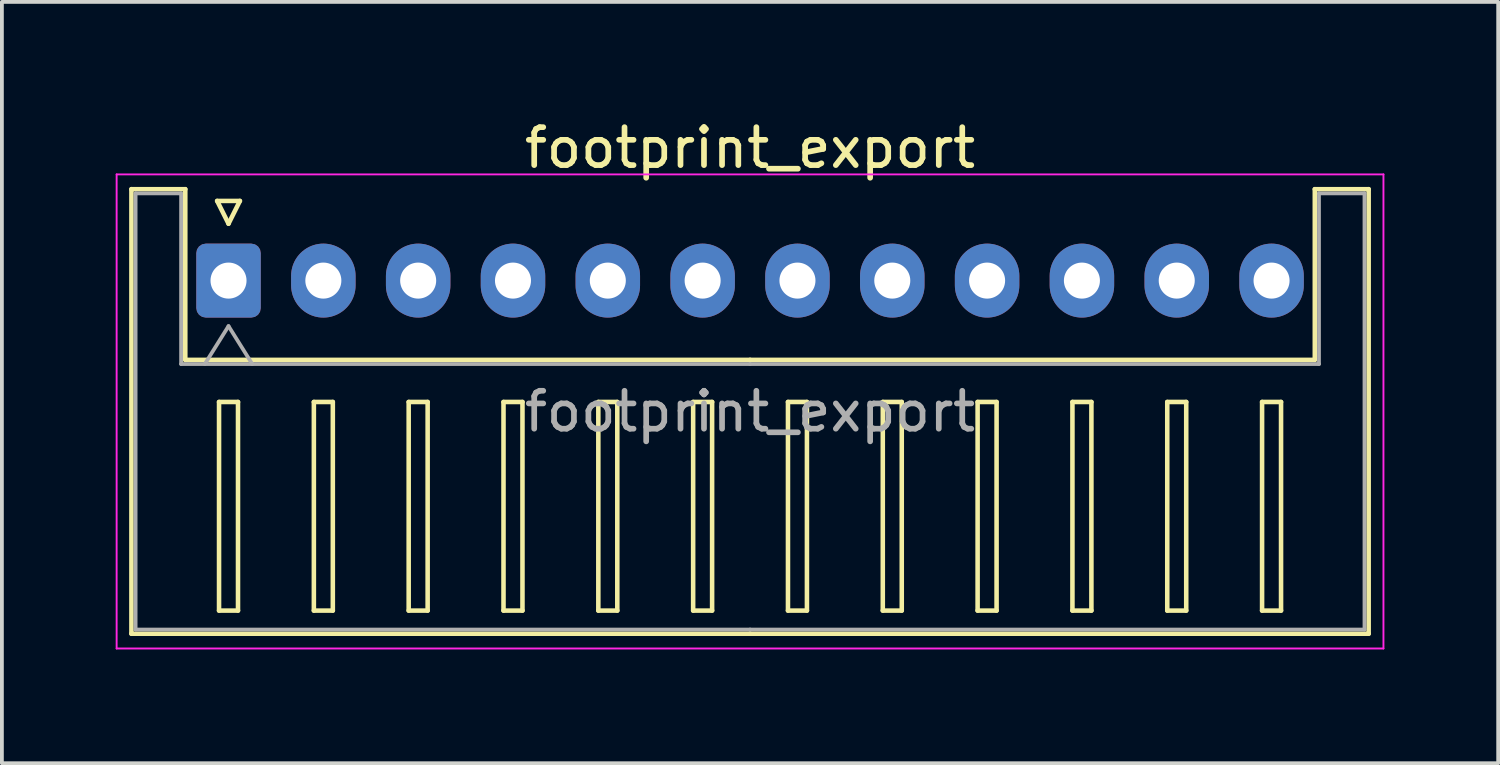
<source format=kicad_pcb>
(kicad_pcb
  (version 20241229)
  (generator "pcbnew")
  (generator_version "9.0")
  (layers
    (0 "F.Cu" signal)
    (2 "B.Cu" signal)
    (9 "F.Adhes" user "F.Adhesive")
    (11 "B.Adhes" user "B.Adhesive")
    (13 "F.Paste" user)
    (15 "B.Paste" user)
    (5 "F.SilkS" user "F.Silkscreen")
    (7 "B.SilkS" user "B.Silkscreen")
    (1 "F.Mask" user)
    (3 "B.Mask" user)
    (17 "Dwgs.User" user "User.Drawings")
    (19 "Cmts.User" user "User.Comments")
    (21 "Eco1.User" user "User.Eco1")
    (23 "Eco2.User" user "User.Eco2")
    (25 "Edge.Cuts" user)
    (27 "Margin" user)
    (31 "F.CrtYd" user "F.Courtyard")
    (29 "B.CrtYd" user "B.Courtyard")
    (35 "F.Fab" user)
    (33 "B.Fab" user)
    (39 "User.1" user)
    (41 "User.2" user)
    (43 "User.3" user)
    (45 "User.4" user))
  (footprint "footprint_export"
    (layer "F.Cu")
    (at 2.975 4.348)
    (property "Reference" "footprint_export" (at 13.75 -3.5 0) (layer "F.SilkS") (effects (font (size 1 1) (thickness 0.15))))
    (attr through_hole)
    (fp_line (start -2.56 -2.41) (end -1.14 -2.41) (stroke (width 0.12) (type solid)) (layer "F.SilkS"))
    (fp_line (start -2.56 9.31) (end -2.56 -2.41) (stroke (width 0.12) (type solid)) (layer "F.SilkS"))
    (fp_line (start -1.14 -2.41) (end -1.14 2.09) (stroke (width 0.12) (type solid)) (layer "F.SilkS"))
    (fp_line (start -1.14 2.09) (end 13.75 2.09) (stroke (width 0.12) (type solid)) (layer "F.SilkS"))
    (fp_line (start -0.3 -2.1) (end 0.3 -2.1) (stroke (width 0.12) (type solid)) (layer "F.SilkS"))
    (fp_line (start -0.25 3.2) (end -0.25 8.7) (stroke (width 0.12) (type solid)) (layer "F.SilkS"))
    (fp_line (start -0.25 8.7) (end 0.25 8.7) (stroke (width 0.12) (type solid)) (layer "F.SilkS"))
    (fp_line (start 0 -1.5) (end -0.3 -2.1) (stroke (width 0.12) (type solid)) (layer "F.SilkS"))
    (fp_line (start 0.25 3.2) (end -0.25 3.2) (stroke (width 0.12) (type solid)) (layer "F.SilkS"))
    (fp_line (start 0.25 8.7) (end 0.25 3.2) (stroke (width 0.12) (type solid)) (layer "F.SilkS"))
    (fp_line (start 0.3 -2.1) (end 0 -1.5) (stroke (width 0.12) (type solid)) (layer "F.SilkS"))
    (fp_line (start 2.25 3.2) (end 2.25 8.7) (stroke (width 0.12) (type solid)) (layer "F.SilkS"))
    (fp_line (start 2.25 8.7) (end 2.75 8.7) (stroke (width 0.12) (type solid)) (layer "F.SilkS"))
    (fp_line (start 2.75 3.2) (end 2.25 3.2) (stroke (width 0.12) (type solid)) (layer "F.SilkS"))
    (fp_line (start 2.75 8.7) (end 2.75 3.2) (stroke (width 0.12) (type solid)) (layer "F.SilkS"))
    (fp_line (start 4.75 3.2) (end 4.75 8.7) (stroke (width 0.12) (type solid)) (layer "F.SilkS"))
    (fp_line (start 4.75 8.7) (end 5.25 8.7) (stroke (width 0.12) (type solid)) (layer "F.SilkS"))
    (fp_line (start 5.25 3.2) (end 4.75 3.2) (stroke (width 0.12) (type solid)) (layer "F.SilkS"))
    (fp_line (start 5.25 8.7) (end 5.25 3.2) (stroke (width 0.12) (type solid)) (layer "F.SilkS"))
    (fp_line (start 7.25 3.2) (end 7.25 8.7) (stroke (width 0.12) (type solid)) (layer "F.SilkS"))
    (fp_line (start 7.25 8.7) (end 7.75 8.7) (stroke (width 0.12) (type solid)) (layer "F.SilkS"))
    (fp_line (start 7.75 3.2) (end 7.25 3.2) (stroke (width 0.12) (type solid)) (layer "F.SilkS"))
    (fp_line (start 7.75 8.7) (end 7.75 3.2) (stroke (width 0.12) (type solid)) (layer "F.SilkS"))
    (fp_line (start 9.75 3.2) (end 9.75 8.7) (stroke (width 0.12) (type solid)) (layer "F.SilkS"))
    (fp_line (start 9.75 8.7) (end 10.25 8.7) (stroke (width 0.12) (type solid)) (layer "F.SilkS"))
    (fp_line (start 10.25 3.2) (end 9.75 3.2) (stroke (width 0.12) (type solid)) (layer "F.SilkS"))
    (fp_line (start 10.25 8.7) (end 10.25 3.2) (stroke (width 0.12) (type solid)) (layer "F.SilkS"))
    (fp_line (start 12.25 3.2) (end 12.25 8.7) (stroke (width 0.12) (type solid)) (layer "F.SilkS"))
    (fp_line (start 12.25 8.7) (end 12.75 8.7) (stroke (width 0.12) (type solid)) (layer "F.SilkS"))
    (fp_line (start 12.75 3.2) (end 12.25 3.2) (stroke (width 0.12) (type solid)) (layer "F.SilkS"))
    (fp_line (start 12.75 8.7) (end 12.75 3.2) (stroke (width 0.12) (type solid)) (layer "F.SilkS"))
    (fp_line (start 13.75 9.31) (end -2.56 9.31) (stroke (width 0.12) (type solid)) (layer "F.SilkS"))
    (fp_line (start 13.75 9.31) (end 30.06 9.31) (stroke (width 0.12) (type solid)) (layer "F.SilkS"))
    (fp_line (start 14.75 3.2) (end 14.75 8.7) (stroke (width 0.12) (type solid)) (layer "F.SilkS"))
    (fp_line (start 14.75 8.7) (end 15.25 8.7) (stroke (width 0.12) (type solid)) (layer "F.SilkS"))
    (fp_line (start 15.25 3.2) (end 14.75 3.2) (stroke (width 0.12) (type solid)) (layer "F.SilkS"))
    (fp_line (start 15.25 8.7) (end 15.25 3.2) (stroke (width 0.12) (type solid)) (layer "F.SilkS"))
    (fp_line (start 17.25 3.2) (end 17.25 8.7) (stroke (width 0.12) (type solid)) (layer "F.SilkS"))
    (fp_line (start 17.25 8.7) (end 17.75 8.7) (stroke (width 0.12) (type solid)) (layer "F.SilkS"))
    (fp_line (start 17.75 3.2) (end 17.25 3.2) (stroke (width 0.12) (type solid)) (layer "F.SilkS"))
    (fp_line (start 17.75 8.7) (end 17.75 3.2) (stroke (width 0.12) (type solid)) (layer "F.SilkS"))
    (fp_line (start 19.75 3.2) (end 19.75 8.7) (stroke (width 0.12) (type solid)) (layer "F.SilkS"))
    (fp_line (start 19.75 8.7) (end 20.25 8.7) (stroke (width 0.12) (type solid)) (layer "F.SilkS"))
    (fp_line (start 20.25 3.2) (end 19.75 3.2) (stroke (width 0.12) (type solid)) (layer "F.SilkS"))
    (fp_line (start 20.25 8.7) (end 20.25 3.2) (stroke (width 0.12) (type solid)) (layer "F.SilkS"))
    (fp_line (start 22.25 3.2) (end 22.25 8.7) (stroke (width 0.12) (type solid)) (layer "F.SilkS"))
    (fp_line (start 22.25 8.7) (end 22.75 8.7) (stroke (width 0.12) (type solid)) (layer "F.SilkS"))
    (fp_line (start 22.75 3.2) (end 22.25 3.2) (stroke (width 0.12) (type solid)) (layer "F.SilkS"))
    (fp_line (start 22.75 8.7) (end 22.75 3.2) (stroke (width 0.12) (type solid)) (layer "F.SilkS"))
    (fp_line (start 24.75 3.2) (end 24.75 8.7) (stroke (width 0.12) (type solid)) (layer "F.SilkS"))
    (fp_line (start 24.75 8.7) (end 25.25 8.7) (stroke (width 0.12) (type solid)) (layer "F.SilkS"))
    (fp_line (start 25.25 3.2) (end 24.75 3.2) (stroke (width 0.12) (type solid)) (layer "F.SilkS"))
    (fp_line (start 25.25 8.7) (end 25.25 3.2) (stroke (width 0.12) (type solid)) (layer "F.SilkS"))
    (fp_line (start 27.25 3.2) (end 27.25 8.7) (stroke (width 0.12) (type solid)) (layer "F.SilkS"))
    (fp_line (start 27.25 8.7) (end 27.75 8.7) (stroke (width 0.12) (type solid)) (layer "F.SilkS"))
    (fp_line (start 27.75 3.2) (end 27.25 3.2) (stroke (width 0.12) (type solid)) (layer "F.SilkS"))
    (fp_line (start 27.75 8.7) (end 27.75 3.2) (stroke (width 0.12) (type solid)) (layer "F.SilkS"))
    (fp_line (start 28.64 -2.41) (end 28.64 2.09) (stroke (width 0.12) (type solid)) (layer "F.SilkS"))
    (fp_line (start 28.64 2.09) (end 13.75 2.09) (stroke (width 0.12) (type solid)) (layer "F.SilkS"))
    (fp_line (start 30.06 -2.41) (end 28.64 -2.41) (stroke (width 0.12) (type solid)) (layer "F.SilkS"))
    (fp_line (start 30.06 9.31) (end 30.06 -2.41) (stroke (width 0.12) (type solid)) (layer "F.SilkS"))
    (fp_line (start -2.95 -2.8) (end -2.95 9.7) (stroke (width 0.05) (type solid)) (layer "F.CrtYd"))
    (fp_line (start -2.95 9.7) (end 30.45 9.7) (stroke (width 0.05) (type solid)) (layer "F.CrtYd"))
    (fp_line (start 30.45 -2.8) (end -2.95 -2.8) (stroke (width 0.05) (type solid)) (layer "F.CrtYd"))
    (fp_line (start 30.45 9.7) (end 30.45 -2.8) (stroke (width 0.05) (type solid)) (layer "F.CrtYd"))
    (fp_line (start -2.45 -2.3) (end -1.25 -2.3) (stroke (width 0.1) (type solid)) (layer "F.Fab"))
    (fp_line (start -2.45 9.2) (end -2.45 -2.3) (stroke (width 0.1) (type solid)) (layer "F.Fab"))
    (fp_line (start -1.25 -2.3) (end -1.25 2.2) (stroke (width 0.1) (type solid)) (layer "F.Fab"))
    (fp_line (start -1.25 2.2) (end 13.75 2.2) (stroke (width 0.1) (type solid)) (layer "F.Fab"))
    (fp_line (start -0.625 2.2) (end 0 1.2) (stroke (width 0.1) (type solid)) (layer "F.Fab"))
    (fp_line (start 0 1.2) (end 0.625 2.2) (stroke (width 0.1) (type solid)) (layer "F.Fab"))
    (fp_line (start 13.75 9.2) (end -2.45 9.2) (stroke (width 0.1) (type solid)) (layer "F.Fab"))
    (fp_line (start 13.75 9.2) (end 29.95 9.2) (stroke (width 0.1) (type solid)) (layer "F.Fab"))
    (fp_line (start 28.75 -2.3) (end 28.75 2.2) (stroke (width 0.1) (type solid)) (layer "F.Fab"))
    (fp_line (start 28.75 2.2) (end 13.75 2.2) (stroke (width 0.1) (type solid)) (layer "F.Fab"))
    (fp_line (start 29.95 -2.3) (end 28.75 -2.3) (stroke (width 0.1) (type solid)) (layer "F.Fab"))
    (fp_line (start 29.95 9.2) (end 29.95 -2.3) (stroke (width 0.1) (type solid)) (layer "F.Fab"))
    (fp_text user "${REFERENCE}" (at 13.75 3.45 0) (layer "F.Fab") (effects (font (size 1 1) (thickness 0.15))))
    (pad "1" thru_hole roundrect (at 0 0) (size 1.7 1.95) (drill 0.95) (layers "*.Cu" "*.Mask") (roundrect_rratio 0.147))
    (pad "2" thru_hole oval (at 2.5 0) (size 1.7 1.95) (drill 0.95) (layers "*.Cu" "*.Mask"))
    (pad "3" thru_hole oval (at 5 0) (size 1.7 1.95) (drill 0.95) (layers "*.Cu" "*.Mask"))
    (pad "4" thru_hole oval (at 7.5 0) (size 1.7 1.95) (drill 0.95) (layers "*.Cu" "*.Mask"))
    (pad "5" thru_hole oval (at 10 0) (size 1.7 1.95) (drill 0.95) (layers "*.Cu" "*.Mask"))
    (pad "6" thru_hole oval (at 12.5 0) (size 1.7 1.95) (drill 0.95) (layers "*.Cu" "*.Mask"))
    (pad "7" thru_hole oval (at 15 0) (size 1.7 1.95) (drill 0.95) (layers "*.Cu" "*.Mask"))
    (pad "8" thru_hole oval (at 17.5 0) (size 1.7 1.95) (drill 0.95) (layers "*.Cu" "*.Mask"))
    (pad "9" thru_hole oval (at 20 0) (size 1.7 1.95) (drill 0.95) (layers "*.Cu" "*.Mask"))
    (pad "10" thru_hole oval (at 22.5 0) (size 1.7 1.95) (drill 0.95) (layers "*.Cu" "*.Mask"))
    (pad "11" thru_hole oval (at 25 0) (size 1.7 1.95) (drill 0.95) (layers "*.Cu" "*.Mask"))
    (pad "12" thru_hole oval (at 27.5 0) (size 1.7 1.95) (drill 0.95) (layers "*.Cu" "*.Mask")))
  (gr_rect
    (start -3 -3)
    (end 36.45 17.073)
    (stroke (width 0.1) (type default))
    (fill no)
    (layer "Edge.Cuts")))
</source>
